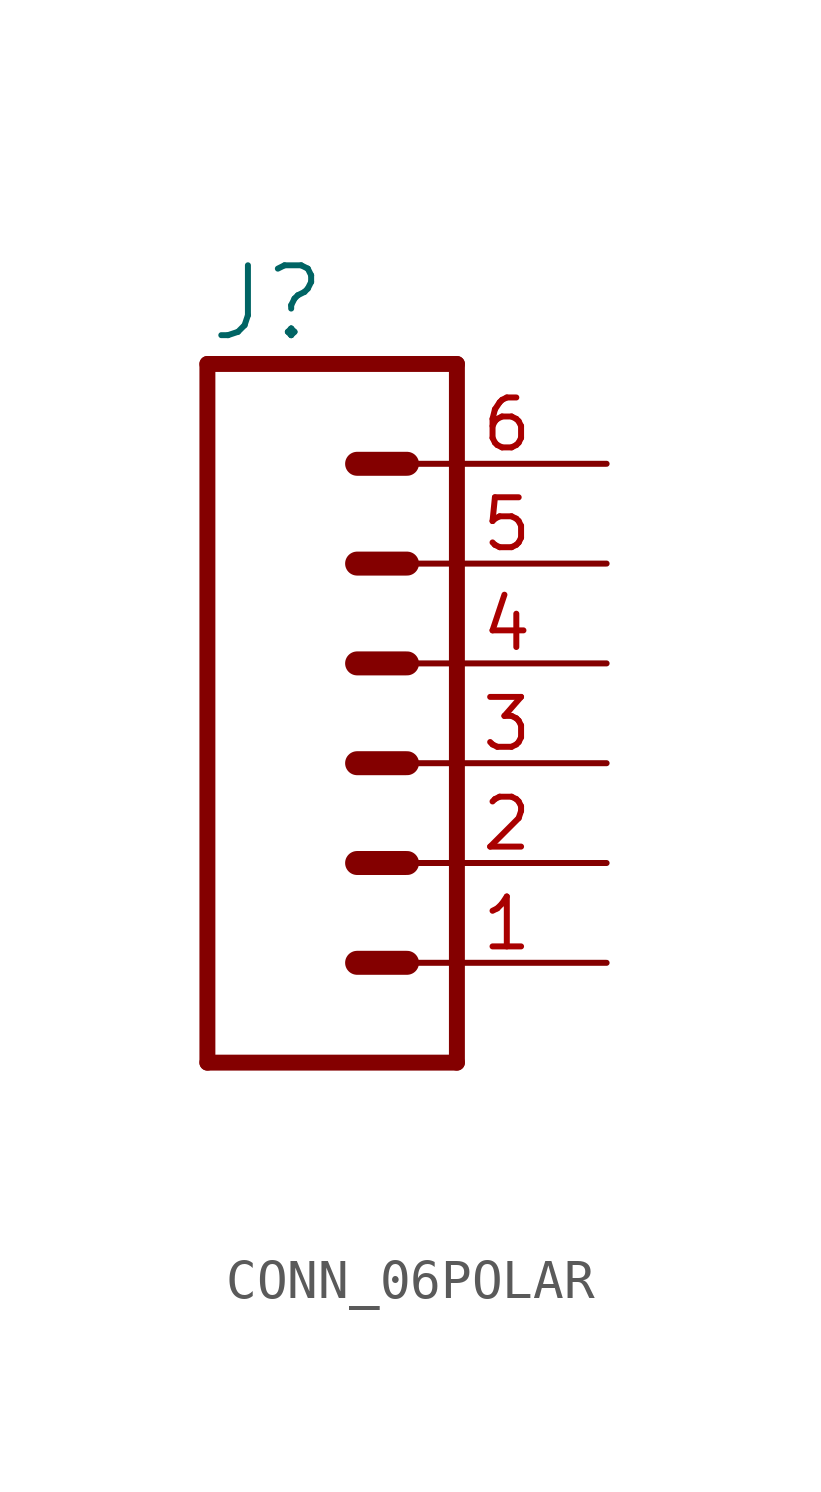
<source format=kicad_sym>
(kicad_symbol_lib
  (version 20231120)
  (generator "kicad_symbol_editor")
  (generator_version "8.0")
  (symbol "CONN_06POLAR"
    (property "Reference" "J"
      (at -5.08 10.668 0)
      (effects (font (size 1.778 1.778)) (justify left bottom)))
    (property "Value" ""
      (at -5.08 -9.906 0)
      (effects (font (size 1.778 1.778)) (justify left bottom)))
    (property "ki_locked" ""
      (at 0 0 0)
      (effects (font (size 1.27 1.27))))
    (symbol "CONN_06POLAR_1_0"
      (polyline (pts (xy -5.08 10.16) (xy -5.08 -7.62)) (stroke (width 0.406) (type solid)) (fill (type none)))
      (polyline (pts (xy -5.08 10.16) (xy 1.27 10.16)) (stroke (width 0.406) (type solid)) (fill (type none)))
      (polyline (pts (xy -1.27 -5.08) (xy 0 -5.08)) (stroke (width 0.61) (type solid)) (fill (type none)))
      (polyline (pts (xy -1.27 -2.54) (xy 0 -2.54)) (stroke (width 0.61) (type solid)) (fill (type none)))
      (polyline (pts (xy -1.27 0) (xy 0 0)) (stroke (width 0.61) (type solid)) (fill (type none)))
      (polyline (pts (xy -1.27 2.54) (xy 0 2.54)) (stroke (width 0.61) (type solid)) (fill (type none)))
      (polyline (pts (xy -1.27 5.08) (xy 0 5.08)) (stroke (width 0.61) (type solid)) (fill (type none)))
      (polyline (pts (xy -1.27 7.62) (xy 0 7.62)) (stroke (width 0.61) (type solid)) (fill (type none)))
      (polyline (pts (xy 1.27 -7.62) (xy -5.08 -7.62)) (stroke (width 0.406) (type solid)) (fill (type none)))
      (polyline (pts (xy 1.27 -7.62) (xy 1.27 10.16)) (stroke (width 0.406) (type solid)) (fill (type none)))
      (pin passive line (at 5.08 -5.08 180) (length 5.08) (name "1" (effects (font (size 0 0)))) (number "1" (effects (font (size 1.27 1.27)))))
      (pin passive line (at 5.08 -2.54 180) (length 5.08) (name "2" (effects (font (size 0 0)))) (number "2" (effects (font (size 1.27 1.27)))))
      (pin passive line (at 5.08 0 180) (length 5.08) (name "3" (effects (font (size 0 0)))) (number "3" (effects (font (size 1.27 1.27)))))
      (pin passive line (at 5.08 2.54 180) (length 5.08) (name "4" (effects (font (size 0 0)))) (number "4" (effects (font (size 1.27 1.27)))))
      (pin passive line (at 5.08 5.08 180) (length 5.08) (name "5" (effects (font (size 0 0)))) (number "5" (effects (font (size 1.27 1.27)))))
      (pin passive line (at 5.08 7.62 180) (length 5.08) (name "6" (effects (font (size 0 0)))) (number "6" (effects (font (size 1.27 1.27))))))))
</source>
